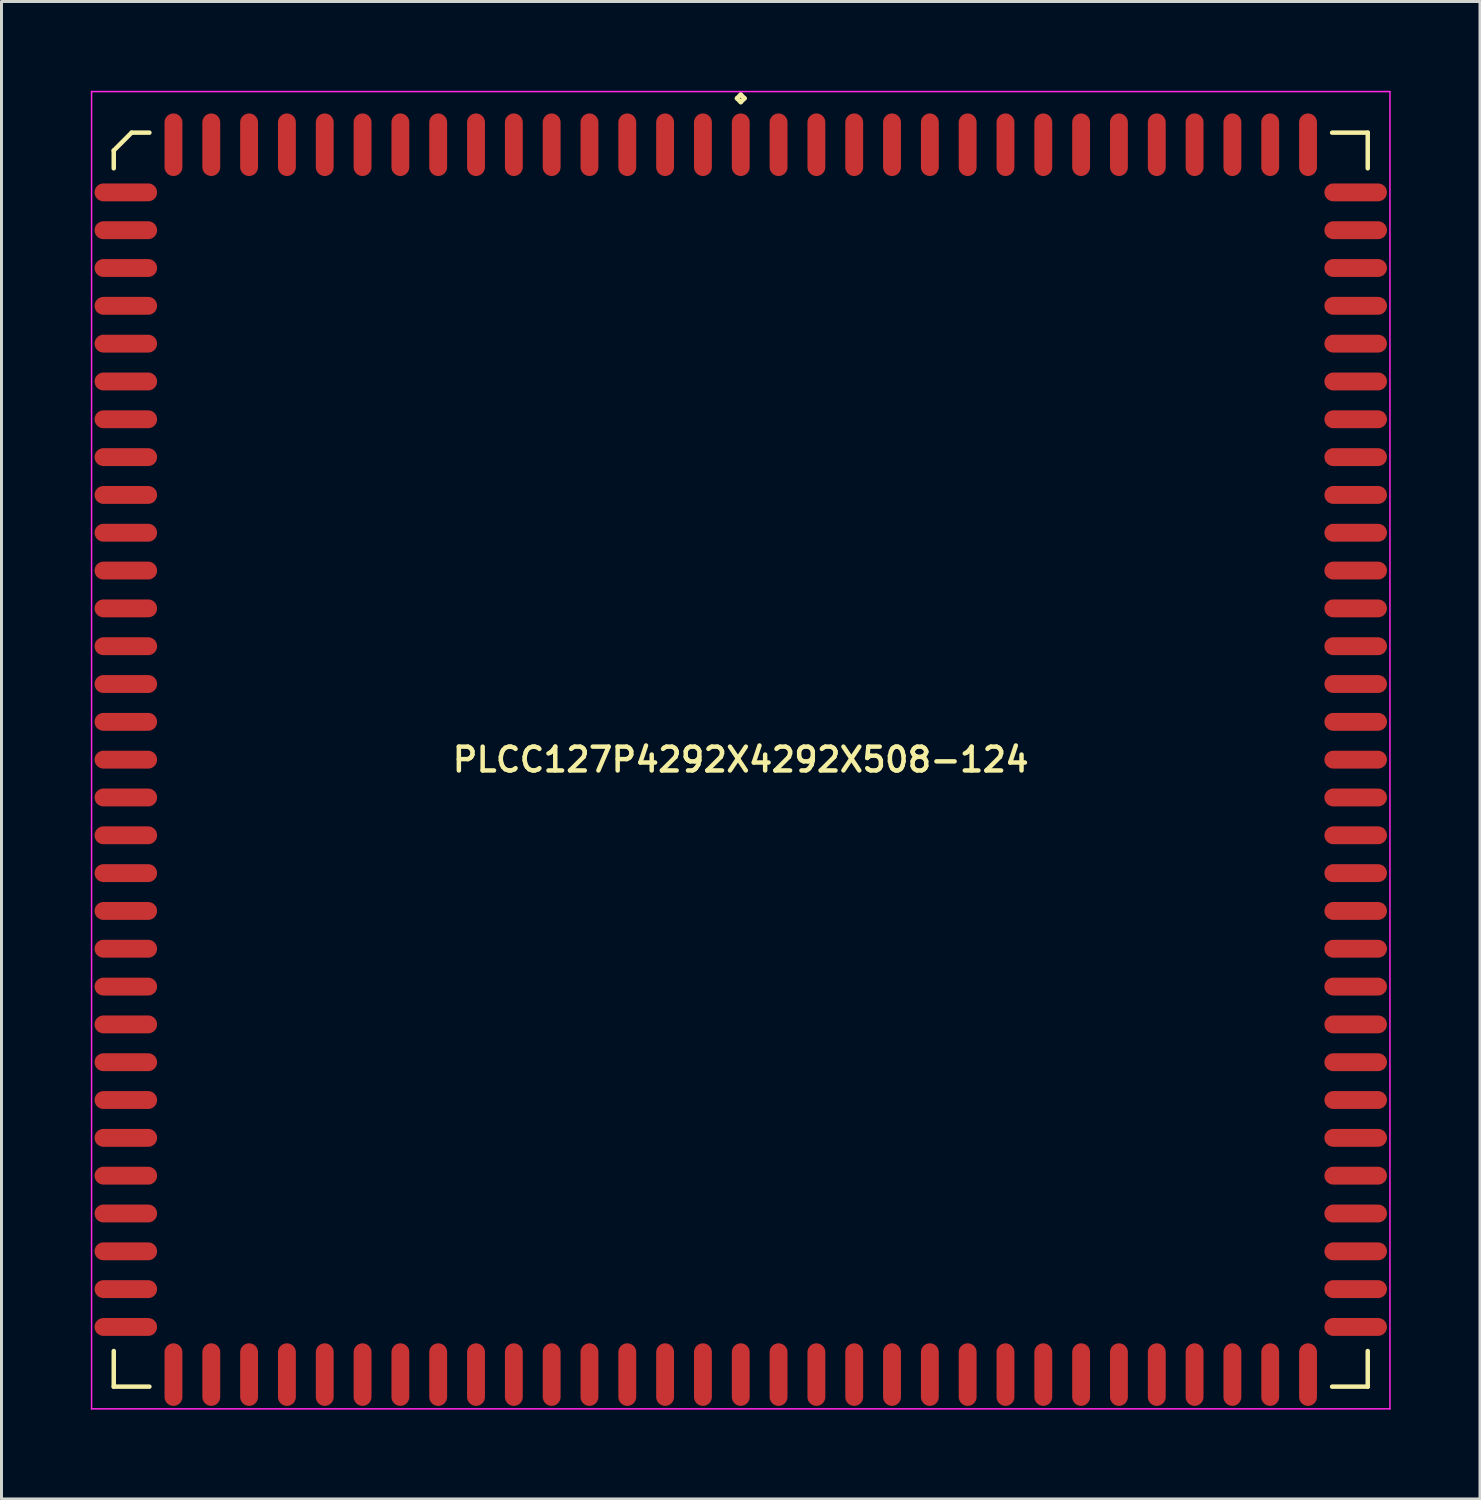
<source format=kicad_pcb>
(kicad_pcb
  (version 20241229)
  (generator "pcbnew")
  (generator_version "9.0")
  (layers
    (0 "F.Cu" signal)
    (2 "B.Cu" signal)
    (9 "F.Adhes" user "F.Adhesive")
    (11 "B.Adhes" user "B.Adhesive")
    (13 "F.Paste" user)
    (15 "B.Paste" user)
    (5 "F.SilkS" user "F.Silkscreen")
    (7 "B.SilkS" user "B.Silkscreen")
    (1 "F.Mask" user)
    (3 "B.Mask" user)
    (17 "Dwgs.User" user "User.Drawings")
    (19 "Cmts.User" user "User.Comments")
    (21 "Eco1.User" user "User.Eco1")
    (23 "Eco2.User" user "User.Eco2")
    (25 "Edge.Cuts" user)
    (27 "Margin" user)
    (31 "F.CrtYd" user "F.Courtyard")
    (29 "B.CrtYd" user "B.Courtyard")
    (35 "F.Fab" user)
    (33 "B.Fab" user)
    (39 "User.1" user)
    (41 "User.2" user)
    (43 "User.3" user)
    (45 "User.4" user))
  (footprint "PLCC127P4292X4292X508-124"
    (layer "F.Cu")
    (at 21.825 22.46)
    (property "Reference" "PLCC127P4292X4292X508-124" (at 0 0 0) (layer "F.SilkS") (effects (font (size 0.8 0.8) (thickness 0.15))))
    (attr smd)
    (fp_line (start -21.055 -20.456) (end -20.456 -21.055) (stroke (width 0.15) (type solid)) (layer "F.SilkS"))
    (fp_line (start -21.055 -19.858) (end -21.055 -20.456) (stroke (width 0.15) (type solid)) (layer "F.SilkS"))
    (fp_line (start -21.055 19.858) (end -21.055 21.055) (stroke (width 0.15) (type solid)) (layer "F.SilkS"))
    (fp_line (start -21.055 21.055) (end -19.858 21.055) (stroke (width 0.15) (type solid)) (layer "F.SilkS"))
    (fp_line (start -20.456 -21.055) (end -19.858 -21.055) (stroke (width 0.15) (type solid)) (layer "F.SilkS"))
    (fp_line (start -0.127 -22.208) (end 0 -22.335) (stroke (width 0.15) (type solid)) (layer "F.SilkS"))
    (fp_line (start 0 -22.335) (end 0.127 -22.208) (stroke (width 0.15) (type solid)) (layer "F.SilkS"))
    (fp_line (start 0 -22.081) (end -0.127 -22.208) (stroke (width 0.15) (type solid)) (layer "F.SilkS"))
    (fp_line (start 0.127 -22.208) (end 0 -22.081) (stroke (width 0.15) (type solid)) (layer "F.SilkS"))
    (fp_line (start 21.055 -21.055) (end 19.858 -21.055) (stroke (width 0.15) (type solid)) (layer "F.SilkS"))
    (fp_line (start 21.055 -19.858) (end 21.055 -21.055) (stroke (width 0.15) (type solid)) (layer "F.SilkS"))
    (fp_line (start 21.055 19.858) (end 21.055 21.055) (stroke (width 0.15) (type solid)) (layer "F.SilkS"))
    (fp_line (start 21.055 21.055) (end 19.858 21.055) (stroke (width 0.15) (type solid)) (layer "F.SilkS"))
    (fp_line (start -21.8 -22.435) (end 21.8 -22.435) (stroke (width 0.05) (type solid)) (layer "F.CrtYd"))
    (fp_line (start -21.8 21.8) (end -21.8 -22.435) (stroke (width 0.05) (type solid)) (layer "F.CrtYd"))
    (fp_line (start 21.8 -22.435) (end 21.8 21.8) (stroke (width 0.05) (type solid)) (layer "F.CrtYd"))
    (fp_line (start 21.8 21.8) (end -21.8 21.8) (stroke (width 0.05) (type solid)) (layer "F.CrtYd"))
    (pad "1" smd oval (at 0 -20.65) (size 0.6 2.1) (layers "F.Cu" "F.Mask" "F.Paste"))
    (pad "2" smd oval (at -1.27 -20.65) (size 0.6 2.1) (layers "F.Cu" "F.Mask" "F.Paste"))
    (pad "3" smd oval (at -2.54 -20.65) (size 0.6 2.1) (layers "F.Cu" "F.Mask" "F.Paste"))
    (pad "4" smd oval (at -3.81 -20.65) (size 0.6 2.1) (layers "F.Cu" "F.Mask" "F.Paste"))
    (pad "5" smd oval (at -5.08 -20.65) (size 0.6 2.1) (layers "F.Cu" "F.Mask" "F.Paste"))
    (pad "6" smd oval (at -6.35 -20.65) (size 0.6 2.1) (layers "F.Cu" "F.Mask" "F.Paste"))
    (pad "7" smd oval (at -7.62 -20.65) (size 0.6 2.1) (layers "F.Cu" "F.Mask" "F.Paste"))
    (pad "8" smd oval (at -8.89 -20.65) (size 0.6 2.1) (layers "F.Cu" "F.Mask" "F.Paste"))
    (pad "9" smd oval (at -10.16 -20.65) (size 0.6 2.1) (layers "F.Cu" "F.Mask" "F.Paste"))
    (pad "10" smd oval (at -11.43 -20.65) (size 0.6 2.1) (layers "F.Cu" "F.Mask" "F.Paste"))
    (pad "11" smd oval (at -12.7 -20.65) (size 0.6 2.1) (layers "F.Cu" "F.Mask" "F.Paste"))
    (pad "12" smd oval (at -13.97 -20.65) (size 0.6 2.1) (layers "F.Cu" "F.Mask" "F.Paste"))
    (pad "13" smd oval (at -15.24 -20.65) (size 0.6 2.1) (layers "F.Cu" "F.Mask" "F.Paste"))
    (pad "14" smd oval (at -16.51 -20.65) (size 0.6 2.1) (layers "F.Cu" "F.Mask" "F.Paste"))
    (pad "15" smd oval (at -17.78 -20.65) (size 0.6 2.1) (layers "F.Cu" "F.Mask" "F.Paste"))
    (pad "16" smd oval (at -19.05 -20.65) (size 0.6 2.1) (layers "F.Cu" "F.Mask" "F.Paste"))
    (pad "17" smd oval (at -20.65 -19.05) (size 2.1 0.6) (layers "F.Cu" "F.Mask" "F.Paste"))
    (pad "18" smd oval (at -20.65 -17.78) (size 2.1 0.6) (layers "F.Cu" "F.Mask" "F.Paste"))
    (pad "19" smd oval (at -20.65 -16.51) (size 2.1 0.6) (layers "F.Cu" "F.Mask" "F.Paste"))
    (pad "20" smd oval (at -20.65 -15.24) (size 2.1 0.6) (layers "F.Cu" "F.Mask" "F.Paste"))
    (pad "21" smd oval (at -20.65 -13.97) (size 2.1 0.6) (layers "F.Cu" "F.Mask" "F.Paste"))
    (pad "22" smd oval (at -20.65 -12.7) (size 2.1 0.6) (layers "F.Cu" "F.Mask" "F.Paste"))
    (pad "23" smd oval (at -20.65 -11.43) (size 2.1 0.6) (layers "F.Cu" "F.Mask" "F.Paste"))
    (pad "24" smd oval (at -20.65 -10.16) (size 2.1 0.6) (layers "F.Cu" "F.Mask" "F.Paste"))
    (pad "25" smd oval (at -20.65 -8.89) (size 2.1 0.6) (layers "F.Cu" "F.Mask" "F.Paste"))
    (pad "26" smd oval (at -20.65 -7.62) (size 2.1 0.6) (layers "F.Cu" "F.Mask" "F.Paste"))
    (pad "27" smd oval (at -20.65 -6.35) (size 2.1 0.6) (layers "F.Cu" "F.Mask" "F.Paste"))
    (pad "28" smd oval (at -20.65 -5.08) (size 2.1 0.6) (layers "F.Cu" "F.Mask" "F.Paste"))
    (pad "29" smd oval (at -20.65 -3.81) (size 2.1 0.6) (layers "F.Cu" "F.Mask" "F.Paste"))
    (pad "30" smd oval (at -20.65 -2.54) (size 2.1 0.6) (layers "F.Cu" "F.Mask" "F.Paste"))
    (pad "31" smd oval (at -20.65 -1.27) (size 2.1 0.6) (layers "F.Cu" "F.Mask" "F.Paste"))
    (pad "32" smd oval (at -20.65 0) (size 2.1 0.6) (layers "F.Cu" "F.Mask" "F.Paste"))
    (pad "33" smd oval (at -20.65 1.27) (size 2.1 0.6) (layers "F.Cu" "F.Mask" "F.Paste"))
    (pad "34" smd oval (at -20.65 2.54) (size 2.1 0.6) (layers "F.Cu" "F.Mask" "F.Paste"))
    (pad "35" smd oval (at -20.65 3.81) (size 2.1 0.6) (layers "F.Cu" "F.Mask" "F.Paste"))
    (pad "36" smd oval (at -20.65 5.08) (size 2.1 0.6) (layers "F.Cu" "F.Mask" "F.Paste"))
    (pad "37" smd oval (at -20.65 6.35) (size 2.1 0.6) (layers "F.Cu" "F.Mask" "F.Paste"))
    (pad "38" smd oval (at -20.65 7.62) (size 2.1 0.6) (layers "F.Cu" "F.Mask" "F.Paste"))
    (pad "39" smd oval (at -20.65 8.89) (size 2.1 0.6) (layers "F.Cu" "F.Mask" "F.Paste"))
    (pad "40" smd oval (at -20.65 10.16) (size 2.1 0.6) (layers "F.Cu" "F.Mask" "F.Paste"))
    (pad "41" smd oval (at -20.65 11.43) (size 2.1 0.6) (layers "F.Cu" "F.Mask" "F.Paste"))
    (pad "42" smd oval (at -20.65 12.7) (size 2.1 0.6) (layers "F.Cu" "F.Mask" "F.Paste"))
    (pad "43" smd oval (at -20.65 13.97) (size 2.1 0.6) (layers "F.Cu" "F.Mask" "F.Paste"))
    (pad "44" smd oval (at -20.65 15.24) (size 2.1 0.6) (layers "F.Cu" "F.Mask" "F.Paste"))
    (pad "45" smd oval (at -20.65 16.51) (size 2.1 0.6) (layers "F.Cu" "F.Mask" "F.Paste"))
    (pad "46" smd oval (at -20.65 17.78) (size 2.1 0.6) (layers "F.Cu" "F.Mask" "F.Paste"))
    (pad "47" smd oval (at -20.65 19.05) (size 2.1 0.6) (layers "F.Cu" "F.Mask" "F.Paste"))
    (pad "48" smd oval (at -19.05 20.65) (size 0.6 2.1) (layers "F.Cu" "F.Mask" "F.Paste"))
    (pad "49" smd oval (at -17.78 20.65) (size 0.6 2.1) (layers "F.Cu" "F.Mask" "F.Paste"))
    (pad "50" smd oval (at -16.51 20.65) (size 0.6 2.1) (layers "F.Cu" "F.Mask" "F.Paste"))
    (pad "51" smd oval (at -15.24 20.65) (size 0.6 2.1) (layers "F.Cu" "F.Mask" "F.Paste"))
    (pad "52" smd oval (at -13.97 20.65) (size 0.6 2.1) (layers "F.Cu" "F.Mask" "F.Paste"))
    (pad "53" smd oval (at -12.7 20.65) (size 0.6 2.1) (layers "F.Cu" "F.Mask" "F.Paste"))
    (pad "54" smd oval (at -11.43 20.65) (size 0.6 2.1) (layers "F.Cu" "F.Mask" "F.Paste"))
    (pad "55" smd oval (at -10.16 20.65) (size 0.6 2.1) (layers "F.Cu" "F.Mask" "F.Paste"))
    (pad "56" smd oval (at -8.89 20.65) (size 0.6 2.1) (layers "F.Cu" "F.Mask" "F.Paste"))
    (pad "57" smd oval (at -7.62 20.65) (size 0.6 2.1) (layers "F.Cu" "F.Mask" "F.Paste"))
    (pad "58" smd oval (at -6.35 20.65) (size 0.6 2.1) (layers "F.Cu" "F.Mask" "F.Paste"))
    (pad "59" smd oval (at -5.08 20.65) (size 0.6 2.1) (layers "F.Cu" "F.Mask" "F.Paste"))
    (pad "60" smd oval (at -3.81 20.65) (size 0.6 2.1) (layers "F.Cu" "F.Mask" "F.Paste"))
    (pad "61" smd oval (at -2.54 20.65) (size 0.6 2.1) (layers "F.Cu" "F.Mask" "F.Paste"))
    (pad "62" smd oval (at -1.27 20.65) (size 0.6 2.1) (layers "F.Cu" "F.Mask" "F.Paste"))
    (pad "63" smd oval (at 0 20.65) (size 0.6 2.1) (layers "F.Cu" "F.Mask" "F.Paste"))
    (pad "64" smd oval (at 1.27 20.65) (size 0.6 2.1) (layers "F.Cu" "F.Mask" "F.Paste"))
    (pad "65" smd oval (at 2.54 20.65) (size 0.6 2.1) (layers "F.Cu" "F.Mask" "F.Paste"))
    (pad "66" smd oval (at 3.81 20.65) (size 0.6 2.1) (layers "F.Cu" "F.Mask" "F.Paste"))
    (pad "67" smd oval (at 5.08 20.65) (size 0.6 2.1) (layers "F.Cu" "F.Mask" "F.Paste"))
    (pad "68" smd oval (at 6.35 20.65) (size 0.6 2.1) (layers "F.Cu" "F.Mask" "F.Paste"))
    (pad "69" smd oval (at 7.62 20.65) (size 0.6 2.1) (layers "F.Cu" "F.Mask" "F.Paste"))
    (pad "70" smd oval (at 8.89 20.65) (size 0.6 2.1) (layers "F.Cu" "F.Mask" "F.Paste"))
    (pad "71" smd oval (at 10.16 20.65) (size 0.6 2.1) (layers "F.Cu" "F.Mask" "F.Paste"))
    (pad "72" smd oval (at 11.43 20.65) (size 0.6 2.1) (layers "F.Cu" "F.Mask" "F.Paste"))
    (pad "73" smd oval (at 12.7 20.65) (size 0.6 2.1) (layers "F.Cu" "F.Mask" "F.Paste"))
    (pad "74" smd oval (at 13.97 20.65) (size 0.6 2.1) (layers "F.Cu" "F.Mask" "F.Paste"))
    (pad "75" smd oval (at 15.24 20.65) (size 0.6 2.1) (layers "F.Cu" "F.Mask" "F.Paste"))
    (pad "76" smd oval (at 16.51 20.65) (size 0.6 2.1) (layers "F.Cu" "F.Mask" "F.Paste"))
    (pad "77" smd oval (at 17.78 20.65) (size 0.6 2.1) (layers "F.Cu" "F.Mask" "F.Paste"))
    (pad "78" smd oval (at 19.05 20.65) (size 0.6 2.1) (layers "F.Cu" "F.Mask" "F.Paste"))
    (pad "79" smd oval (at 20.65 19.05) (size 2.1 0.6) (layers "F.Cu" "F.Mask" "F.Paste"))
    (pad "80" smd oval (at 20.65 17.78) (size 2.1 0.6) (layers "F.Cu" "F.Mask" "F.Paste"))
    (pad "81" smd oval (at 20.65 16.51) (size 2.1 0.6) (layers "F.Cu" "F.Mask" "F.Paste"))
    (pad "82" smd oval (at 20.65 15.24) (size 2.1 0.6) (layers "F.Cu" "F.Mask" "F.Paste"))
    (pad "83" smd oval (at 20.65 13.97) (size 2.1 0.6) (layers "F.Cu" "F.Mask" "F.Paste"))
    (pad "84" smd oval (at 20.65 12.7) (size 2.1 0.6) (layers "F.Cu" "F.Mask" "F.Paste"))
    (pad "85" smd oval (at 20.65 11.43) (size 2.1 0.6) (layers "F.Cu" "F.Mask" "F.Paste"))
    (pad "86" smd oval (at 20.65 10.16) (size 2.1 0.6) (layers "F.Cu" "F.Mask" "F.Paste"))
    (pad "87" smd oval (at 20.65 8.89) (size 2.1 0.6) (layers "F.Cu" "F.Mask" "F.Paste"))
    (pad "88" smd oval (at 20.65 7.62) (size 2.1 0.6) (layers "F.Cu" "F.Mask" "F.Paste"))
    (pad "89" smd oval (at 20.65 6.35) (size 2.1 0.6) (layers "F.Cu" "F.Mask" "F.Paste"))
    (pad "90" smd oval (at 20.65 5.08) (size 2.1 0.6) (layers "F.Cu" "F.Mask" "F.Paste"))
    (pad "91" smd oval (at 20.65 3.81) (size 2.1 0.6) (layers "F.Cu" "F.Mask" "F.Paste"))
    (pad "92" smd oval (at 20.65 2.54) (size 2.1 0.6) (layers "F.Cu" "F.Mask" "F.Paste"))
    (pad "93" smd oval (at 20.65 1.27) (size 2.1 0.6) (layers "F.Cu" "F.Mask" "F.Paste"))
    (pad "94" smd oval (at 20.65 0) (size 2.1 0.6) (layers "F.Cu" "F.Mask" "F.Paste"))
    (pad "95" smd oval (at 20.65 -1.27) (size 2.1 0.6) (layers "F.Cu" "F.Mask" "F.Paste"))
    (pad "96" smd oval (at 20.65 -2.54) (size 2.1 0.6) (layers "F.Cu" "F.Mask" "F.Paste"))
    (pad "97" smd oval (at 20.65 -3.81) (size 2.1 0.6) (layers "F.Cu" "F.Mask" "F.Paste"))
    (pad "98" smd oval (at 20.65 -5.08) (size 2.1 0.6) (layers "F.Cu" "F.Mask" "F.Paste"))
    (pad "99" smd oval (at 20.65 -6.35) (size 2.1 0.6) (layers "F.Cu" "F.Mask" "F.Paste"))
    (pad "100" smd oval (at 20.65 -7.62) (size 2.1 0.6) (layers "F.Cu" "F.Mask" "F.Paste"))
    (pad "101" smd oval (at 20.65 -8.89) (size 2.1 0.6) (layers "F.Cu" "F.Mask" "F.Paste"))
    (pad "102" smd oval (at 20.65 -10.16) (size 2.1 0.6) (layers "F.Cu" "F.Mask" "F.Paste"))
    (pad "103" smd oval (at 20.65 -11.43) (size 2.1 0.6) (layers "F.Cu" "F.Mask" "F.Paste"))
    (pad "104" smd oval (at 20.65 -12.7) (size 2.1 0.6) (layers "F.Cu" "F.Mask" "F.Paste"))
    (pad "105" smd oval (at 20.65 -13.97) (size 2.1 0.6) (layers "F.Cu" "F.Mask" "F.Paste"))
    (pad "106" smd oval (at 20.65 -15.24) (size 2.1 0.6) (layers "F.Cu" "F.Mask" "F.Paste"))
    (pad "107" smd oval (at 20.65 -16.51) (size 2.1 0.6) (layers "F.Cu" "F.Mask" "F.Paste"))
    (pad "108" smd oval (at 20.65 -17.78) (size 2.1 0.6) (layers "F.Cu" "F.Mask" "F.Paste"))
    (pad "109" smd oval (at 20.65 -19.05) (size 2.1 0.6) (layers "F.Cu" "F.Mask" "F.Paste"))
    (pad "110" smd oval (at 19.05 -20.65) (size 0.6 2.1) (layers "F.Cu" "F.Mask" "F.Paste"))
    (pad "111" smd oval (at 17.78 -20.65) (size 0.6 2.1) (layers "F.Cu" "F.Mask" "F.Paste"))
    (pad "112" smd oval (at 16.51 -20.65) (size 0.6 2.1) (layers "F.Cu" "F.Mask" "F.Paste"))
    (pad "113" smd oval (at 15.24 -20.65) (size 0.6 2.1) (layers "F.Cu" "F.Mask" "F.Paste"))
    (pad "114" smd oval (at 13.97 -20.65) (size 0.6 2.1) (layers "F.Cu" "F.Mask" "F.Paste"))
    (pad "115" smd oval (at 12.7 -20.65) (size 0.6 2.1) (layers "F.Cu" "F.Mask" "F.Paste"))
    (pad "116" smd oval (at 11.43 -20.65) (size 0.6 2.1) (layers "F.Cu" "F.Mask" "F.Paste"))
    (pad "117" smd oval (at 10.16 -20.65) (size 0.6 2.1) (layers "F.Cu" "F.Mask" "F.Paste"))
    (pad "118" smd oval (at 8.89 -20.65) (size 0.6 2.1) (layers "F.Cu" "F.Mask" "F.Paste"))
    (pad "119" smd oval (at 7.62 -20.65) (size 0.6 2.1) (layers "F.Cu" "F.Mask" "F.Paste"))
    (pad "120" smd oval (at 6.35 -20.65) (size 0.6 2.1) (layers "F.Cu" "F.Mask" "F.Paste"))
    (pad "121" smd oval (at 5.08 -20.65) (size 0.6 2.1) (layers "F.Cu" "F.Mask" "F.Paste"))
    (pad "122" smd oval (at 3.81 -20.65) (size 0.6 2.1) (layers "F.Cu" "F.Mask" "F.Paste"))
    (pad "123" smd oval (at 2.54 -20.65) (size 0.6 2.1) (layers "F.Cu" "F.Mask" "F.Paste"))
    (pad "124" smd oval (at 1.27 -20.65) (size 0.6 2.1) (layers "F.Cu" "F.Mask" "F.Paste")))
  (gr_rect
    (start -3 -3)
    (end 46.65 47.285)
    (stroke (width 0.1) (type default))
    (fill no)
    (layer "Edge.Cuts")))
</source>
